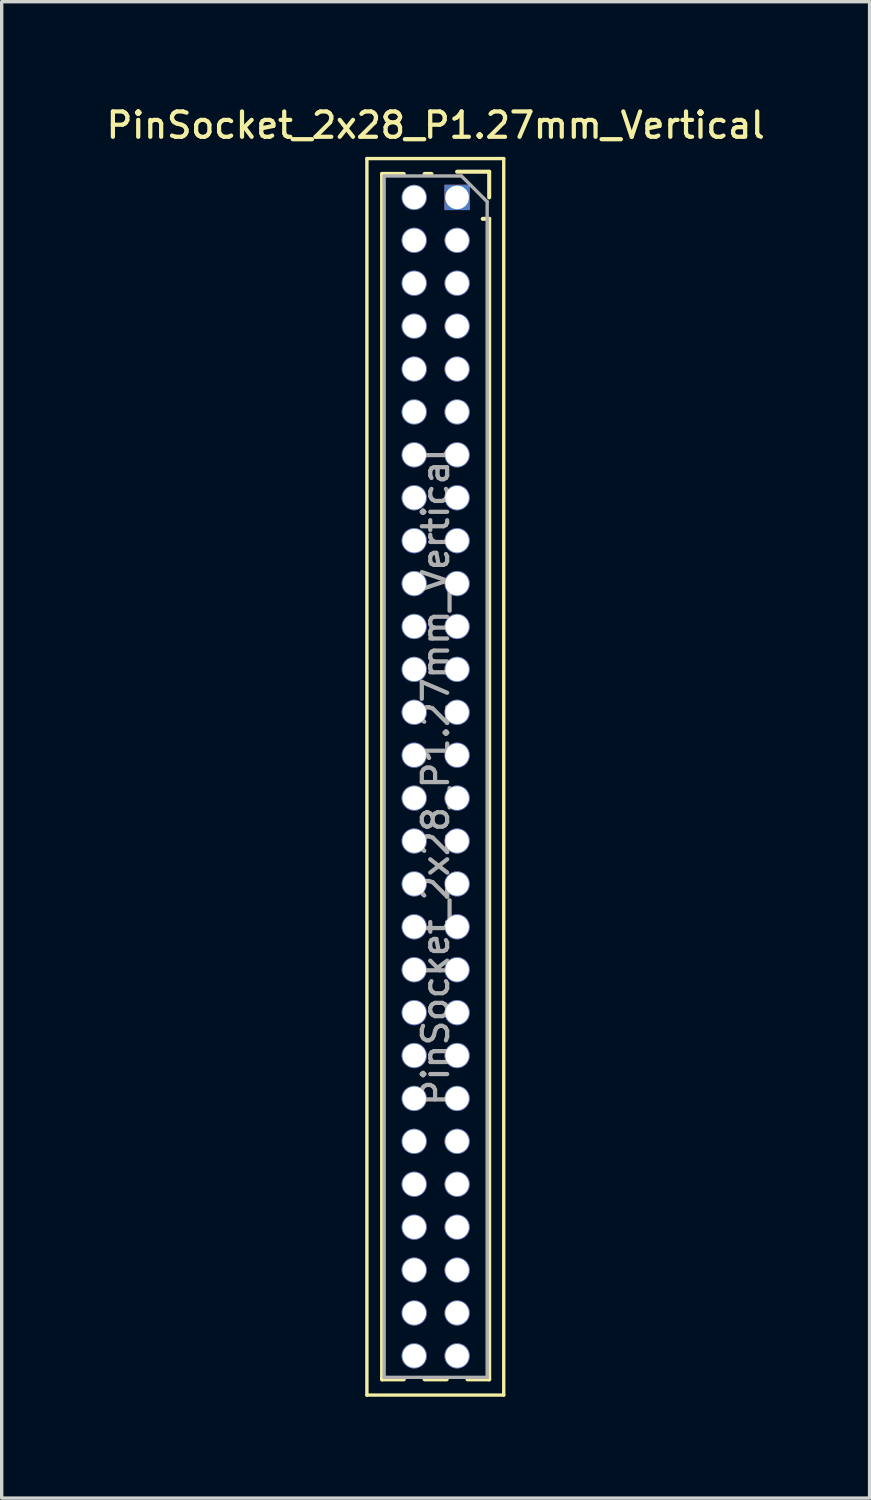
<source format=kicad_pcb>
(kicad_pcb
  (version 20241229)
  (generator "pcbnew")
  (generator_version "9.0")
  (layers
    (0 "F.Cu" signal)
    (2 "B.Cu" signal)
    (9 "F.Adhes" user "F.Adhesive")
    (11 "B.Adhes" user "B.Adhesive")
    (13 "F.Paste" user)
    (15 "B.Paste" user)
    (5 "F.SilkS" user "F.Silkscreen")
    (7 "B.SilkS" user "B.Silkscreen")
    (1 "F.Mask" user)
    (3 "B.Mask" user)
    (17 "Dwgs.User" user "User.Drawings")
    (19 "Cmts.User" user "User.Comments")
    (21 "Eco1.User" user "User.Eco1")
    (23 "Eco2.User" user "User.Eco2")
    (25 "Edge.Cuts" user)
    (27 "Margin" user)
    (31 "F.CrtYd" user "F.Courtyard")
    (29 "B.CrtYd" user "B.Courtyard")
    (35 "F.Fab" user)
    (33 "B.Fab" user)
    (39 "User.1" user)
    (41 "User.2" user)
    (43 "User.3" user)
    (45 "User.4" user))
  (footprint "PinSocket_2x28_P1.27mm_Vertical"
    (layer "F.Cu")
    (at 10.48 2.793)
    (property "Reference" "PinSocket_2x28_P1.27mm_Vertical" (at -0.635 -2.135 0) (layer "F.SilkS") (effects (font (size 0.75 0.75) (thickness 0.125))))
    (attr through_hole)
    (fp_line (start -2.67 -1.15) (end 1.38 -1.15) (stroke (width 0.1) (type solid)) (layer "F.SilkS"))
    (fp_line (start -2.67 35.45) (end -2.67 -1.15) (stroke (width 0.1) (type solid)) (layer "F.SilkS"))
    (fp_line (start -2.22 -0.695) (end -2.22 34.985) (stroke (width 0.12) (type solid)) (layer "F.SilkS"))
    (fp_line (start -2.22 -0.695) (end -1.578 -0.695) (stroke (width 0.12) (type solid)) (layer "F.SilkS"))
    (fp_line (start -2.22 34.985) (end -1.578 34.985) (stroke (width 0.12) (type solid)) (layer "F.SilkS"))
    (fp_line (start -0.962 -0.695) (end -0.76 -0.695) (stroke (width 0.12) (type solid)) (layer "F.SilkS"))
    (fp_line (start -0.962 34.985) (end -0.308 34.985) (stroke (width 0.12) (type solid)) (layer "F.SilkS"))
    (fp_line (start 0 -0.76) (end 0.95 -0.76) (stroke (width 0.12) (type solid)) (layer "F.SilkS"))
    (fp_line (start 0.308 34.985) (end 0.95 34.985) (stroke (width 0.12) (type solid)) (layer "F.SilkS"))
    (fp_line (start 0.76 0.635) (end 0.95 0.635) (stroke (width 0.12) (type solid)) (layer "F.SilkS"))
    (fp_line (start 0.95 -0.76) (end 0.95 0) (stroke (width 0.12) (type solid)) (layer "F.SilkS"))
    (fp_line (start 0.95 0.635) (end 0.95 34.985) (stroke (width 0.12) (type solid)) (layer "F.SilkS"))
    (fp_line (start 1.38 -1.15) (end 1.38 35.45) (stroke (width 0.1) (type solid)) (layer "F.SilkS"))
    (fp_line (start 1.38 35.45) (end -2.67 35.45) (stroke (width 0.1) (type solid)) (layer "F.SilkS"))
    (fp_line (start -2.16 -0.635) (end 0.128 -0.635) (stroke (width 0.1) (type solid)) (layer "F.Fab"))
    (fp_line (start -2.16 34.925) (end -2.16 -0.635) (stroke (width 0.1) (type solid)) (layer "F.Fab"))
    (fp_line (start 0.128 -0.635) (end 0.89 0.128) (stroke (width 0.1) (type solid)) (layer "F.Fab"))
    (fp_line (start 0.89 0.128) (end 0.89 34.925) (stroke (width 0.1) (type solid)) (layer "F.Fab"))
    (fp_line (start 0.89 34.925) (end -2.16 34.925) (stroke (width 0.1) (type solid)) (layer "F.Fab"))
    (fp_text user "${REFERENCE}" (at -0.635 17.145 90) (layer "F.Fab") (effects (font (size 0.75 0.75) (thickness 0.125))))
    (pad "1" thru_hole rect (at 0 0) (size 0.75 0.75) (drill 0.7) (layers "*.Cu" "*.Mask"))
    (pad "2" thru_hole oval (at -1.27 0) (size 0.75 0.75) (drill 0.7) (layers "*.Cu" "*.Mask"))
    (pad "3" thru_hole oval (at 0 1.27) (size 0.75 0.75) (drill 0.7) (layers "*.Cu" "*.Mask"))
    (pad "4" thru_hole oval (at -1.27 1.27) (size 0.75 0.75) (drill 0.7) (layers "*.Cu" "*.Mask"))
    (pad "5" thru_hole oval (at 0 2.54) (size 0.75 0.75) (drill 0.7) (layers "*.Cu" "*.Mask"))
    (pad "6" thru_hole oval (at -1.27 2.54) (size 0.75 0.75) (drill 0.7) (layers "*.Cu" "*.Mask"))
    (pad "7" thru_hole oval (at 0 3.81) (size 0.75 0.75) (drill 0.7) (layers "*.Cu" "*.Mask"))
    (pad "8" thru_hole oval (at -1.27 3.81) (size 0.75 0.75) (drill 0.7) (layers "*.Cu" "*.Mask"))
    (pad "9" thru_hole oval (at 0 5.08) (size 0.75 0.75) (drill 0.7) (layers "*.Cu" "*.Mask"))
    (pad "10" thru_hole oval (at -1.27 5.08) (size 0.75 0.75) (drill 0.7) (layers "*.Cu" "*.Mask"))
    (pad "11" thru_hole oval (at 0 6.35) (size 0.75 0.75) (drill 0.7) (layers "*.Cu" "*.Mask"))
    (pad "12" thru_hole oval (at -1.27 6.35) (size 0.75 0.75) (drill 0.7) (layers "*.Cu" "*.Mask"))
    (pad "13" thru_hole oval (at 0 7.62) (size 0.75 0.75) (drill 0.7) (layers "*.Cu" "*.Mask"))
    (pad "14" thru_hole oval (at -1.27 7.62) (size 0.75 0.75) (drill 0.7) (layers "*.Cu" "*.Mask"))
    (pad "15" thru_hole oval (at 0 8.89) (size 0.75 0.75) (drill 0.7) (layers "*.Cu" "*.Mask"))
    (pad "16" thru_hole oval (at -1.27 8.89) (size 0.75 0.75) (drill 0.7) (layers "*.Cu" "*.Mask"))
    (pad "17" thru_hole oval (at 0 10.16) (size 0.75 0.75) (drill 0.7) (layers "*.Cu" "*.Mask"))
    (pad "18" thru_hole oval (at -1.27 10.16) (size 0.75 0.75) (drill 0.7) (layers "*.Cu" "*.Mask"))
    (pad "19" thru_hole oval (at 0 11.43) (size 0.75 0.75) (drill 0.7) (layers "*.Cu" "*.Mask"))
    (pad "20" thru_hole oval (at -1.27 11.43) (size 0.75 0.75) (drill 0.7) (layers "*.Cu" "*.Mask"))
    (pad "21" thru_hole oval (at 0 12.7) (size 0.75 0.75) (drill 0.7) (layers "*.Cu" "*.Mask"))
    (pad "22" thru_hole oval (at -1.27 12.7) (size 0.75 0.75) (drill 0.7) (layers "*.Cu" "*.Mask"))
    (pad "23" thru_hole oval (at 0 13.97) (size 0.75 0.75) (drill 0.7) (layers "*.Cu" "*.Mask"))
    (pad "24" thru_hole oval (at -1.27 13.97) (size 0.75 0.75) (drill 0.7) (layers "*.Cu" "*.Mask"))
    (pad "25" thru_hole oval (at 0 15.24) (size 0.75 0.75) (drill 0.7) (layers "*.Cu" "*.Mask"))
    (pad "26" thru_hole oval (at -1.27 15.24) (size 0.75 0.75) (drill 0.7) (layers "*.Cu" "*.Mask"))
    (pad "27" thru_hole oval (at 0 16.51) (size 0.75 0.75) (drill 0.7) (layers "*.Cu" "*.Mask"))
    (pad "28" thru_hole oval (at -1.27 16.51) (size 0.75 0.75) (drill 0.7) (layers "*.Cu" "*.Mask"))
    (pad "29" thru_hole oval (at 0 17.78) (size 0.75 0.75) (drill 0.7) (layers "*.Cu" "*.Mask"))
    (pad "30" thru_hole oval (at -1.27 17.78) (size 0.75 0.75) (drill 0.7) (layers "*.Cu" "*.Mask"))
    (pad "31" thru_hole oval (at 0 19.05) (size 0.75 0.75) (drill 0.7) (layers "*.Cu" "*.Mask"))
    (pad "32" thru_hole oval (at -1.27 19.05) (size 0.75 0.75) (drill 0.7) (layers "*.Cu" "*.Mask"))
    (pad "33" thru_hole oval (at 0 20.32) (size 0.75 0.75) (drill 0.7) (layers "*.Cu" "*.Mask"))
    (pad "34" thru_hole oval (at -1.27 20.32) (size 0.75 0.75) (drill 0.7) (layers "*.Cu" "*.Mask"))
    (pad "35" thru_hole oval (at 0 21.59) (size 0.75 0.75) (drill 0.7) (layers "*.Cu" "*.Mask"))
    (pad "36" thru_hole oval (at -1.27 21.59) (size 0.75 0.75) (drill 0.7) (layers "*.Cu" "*.Mask"))
    (pad "37" thru_hole oval (at 0 22.86) (size 0.75 0.75) (drill 0.7) (layers "*.Cu" "*.Mask"))
    (pad "38" thru_hole oval (at -1.27 22.86) (size 0.75 0.75) (drill 0.7) (layers "*.Cu" "*.Mask"))
    (pad "39" thru_hole oval (at 0 24.13) (size 0.75 0.75) (drill 0.7) (layers "*.Cu" "*.Mask"))
    (pad "40" thru_hole oval (at -1.27 24.13) (size 0.75 0.75) (drill 0.7) (layers "*.Cu" "*.Mask"))
    (pad "41" thru_hole oval (at 0 25.4) (size 0.75 0.75) (drill 0.7) (layers "*.Cu" "*.Mask"))
    (pad "42" thru_hole oval (at -1.27 25.4) (size 0.75 0.75) (drill 0.7) (layers "*.Cu" "*.Mask"))
    (pad "43" thru_hole oval (at 0 26.67) (size 0.75 0.75) (drill 0.7) (layers "*.Cu" "*.Mask"))
    (pad "44" thru_hole oval (at -1.27 26.67) (size 0.75 0.75) (drill 0.7) (layers "*.Cu" "*.Mask"))
    (pad "45" thru_hole oval (at 0 27.94) (size 0.75 0.75) (drill 0.7) (layers "*.Cu" "*.Mask"))
    (pad "46" thru_hole oval (at -1.27 27.94) (size 0.75 0.75) (drill 0.7) (layers "*.Cu" "*.Mask"))
    (pad "47" thru_hole oval (at 0 29.21) (size 0.75 0.75) (drill 0.7) (layers "*.Cu" "*.Mask"))
    (pad "48" thru_hole oval (at -1.27 29.21) (size 0.75 0.75) (drill 0.7) (layers "*.Cu" "*.Mask"))
    (pad "49" thru_hole oval (at 0 30.48) (size 0.75 0.75) (drill 0.7) (layers "*.Cu" "*.Mask"))
    (pad "50" thru_hole oval (at -1.27 30.48) (size 0.75 0.75) (drill 0.7) (layers "*.Cu" "*.Mask"))
    (pad "51" thru_hole oval (at 0 31.75) (size 0.75 0.75) (drill 0.7) (layers "*.Cu" "*.Mask"))
    (pad "52" thru_hole oval (at -1.27 31.75) (size 0.75 0.75) (drill 0.7) (layers "*.Cu" "*.Mask"))
    (pad "53" thru_hole oval (at 0 33.02) (size 0.75 0.75) (drill 0.7) (layers "*.Cu" "*.Mask"))
    (pad "54" thru_hole oval (at -1.27 33.02) (size 0.75 0.75) (drill 0.7) (layers "*.Cu" "*.Mask"))
    (pad "55" thru_hole oval (at 0 34.29) (size 0.75 0.75) (drill 0.7) (layers "*.Cu" "*.Mask"))
    (pad "56" thru_hole oval (at -1.27 34.29) (size 0.75 0.75) (drill 0.7) (layers "*.Cu" "*.Mask")))
  (gr_rect
    (start -3 -3)
    (end 22.689 41.293)
    (stroke (width 0.1) (type default))
    (fill no)
    (layer "Edge.Cuts")))
</source>
